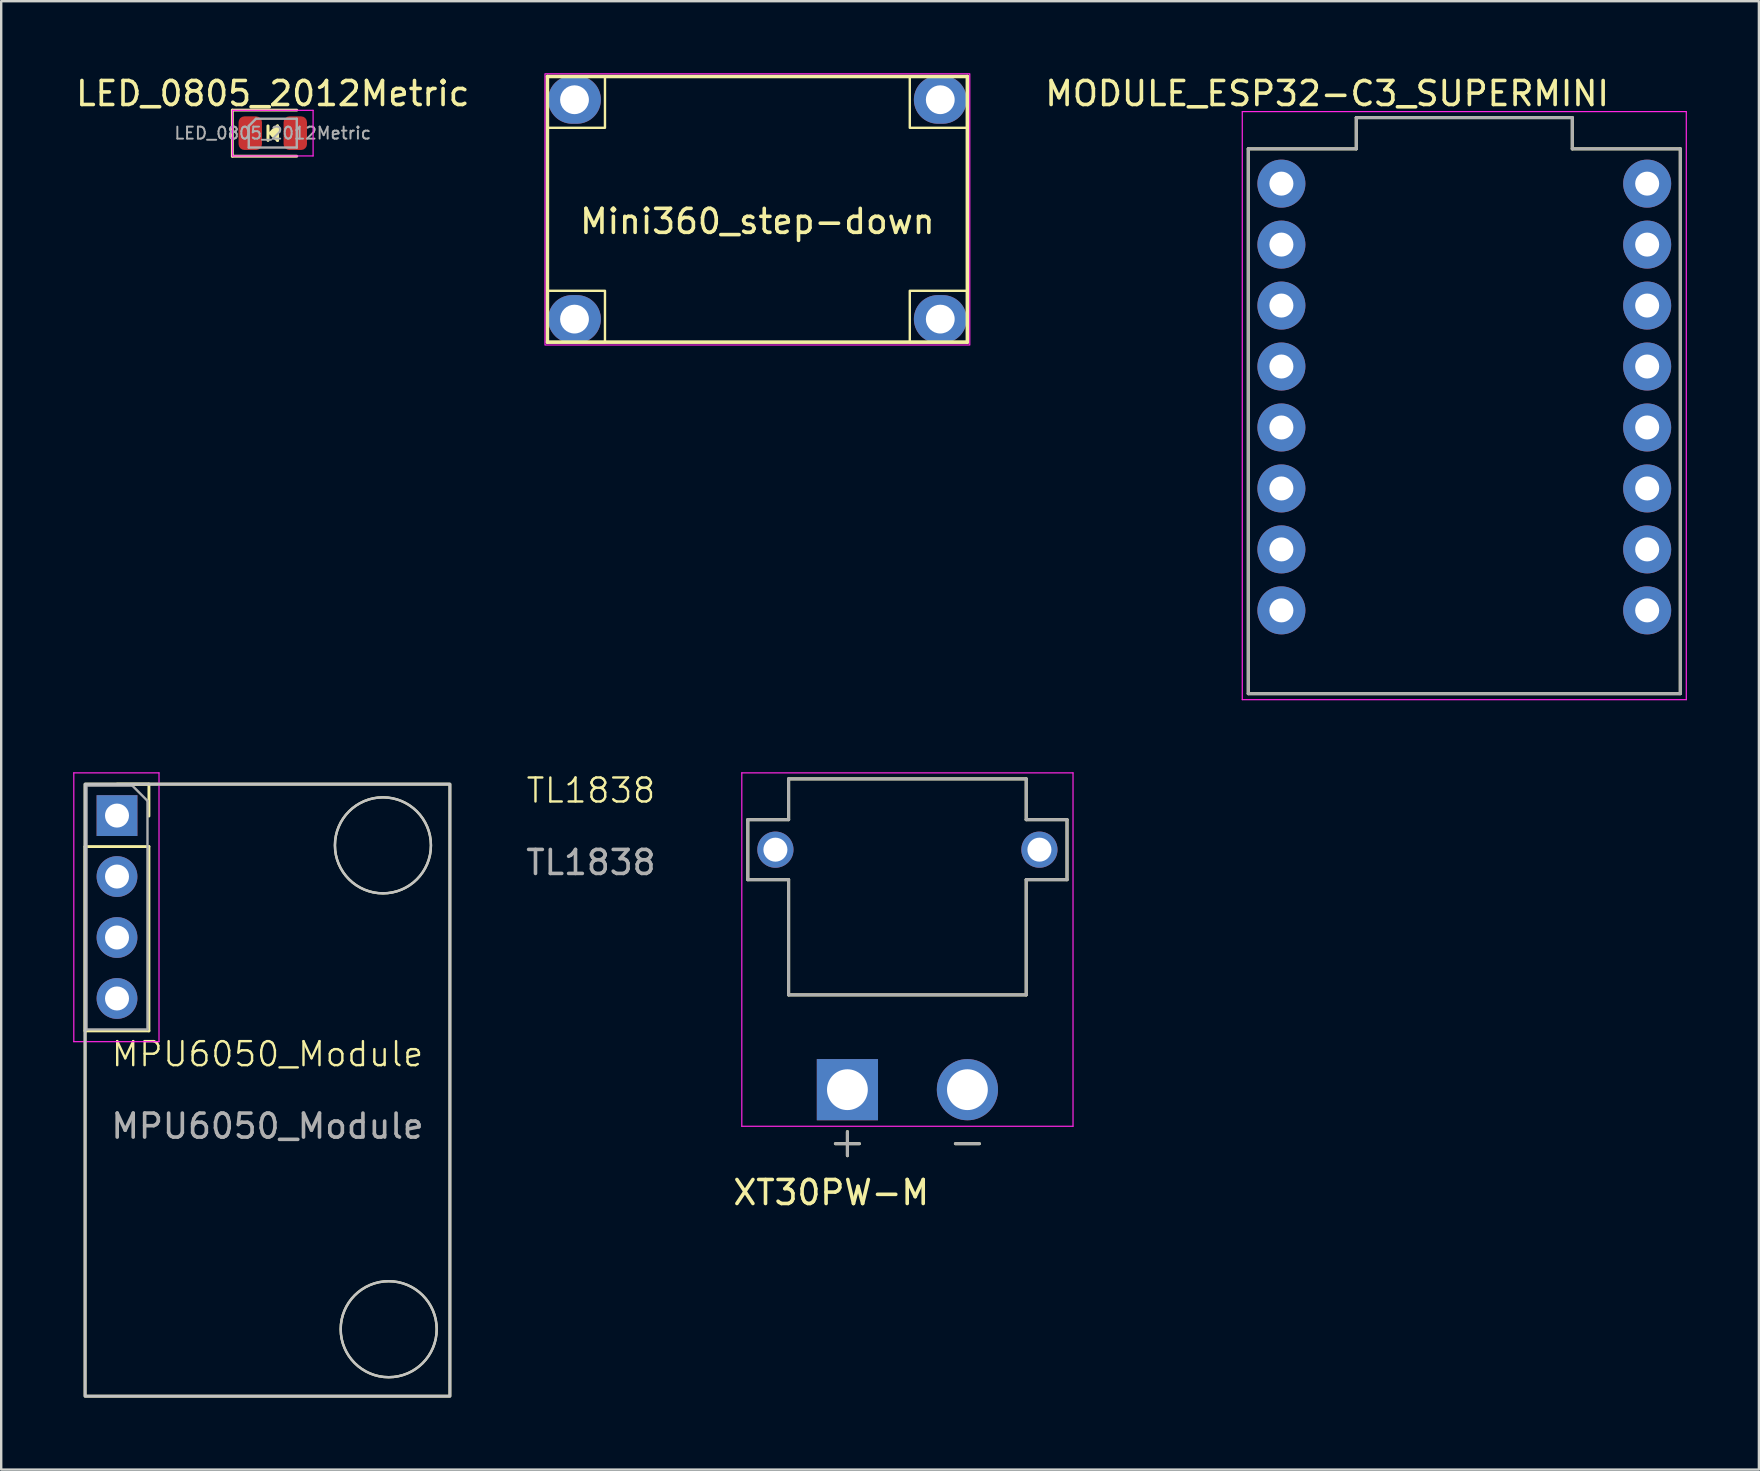
<source format=kicad_pcb>
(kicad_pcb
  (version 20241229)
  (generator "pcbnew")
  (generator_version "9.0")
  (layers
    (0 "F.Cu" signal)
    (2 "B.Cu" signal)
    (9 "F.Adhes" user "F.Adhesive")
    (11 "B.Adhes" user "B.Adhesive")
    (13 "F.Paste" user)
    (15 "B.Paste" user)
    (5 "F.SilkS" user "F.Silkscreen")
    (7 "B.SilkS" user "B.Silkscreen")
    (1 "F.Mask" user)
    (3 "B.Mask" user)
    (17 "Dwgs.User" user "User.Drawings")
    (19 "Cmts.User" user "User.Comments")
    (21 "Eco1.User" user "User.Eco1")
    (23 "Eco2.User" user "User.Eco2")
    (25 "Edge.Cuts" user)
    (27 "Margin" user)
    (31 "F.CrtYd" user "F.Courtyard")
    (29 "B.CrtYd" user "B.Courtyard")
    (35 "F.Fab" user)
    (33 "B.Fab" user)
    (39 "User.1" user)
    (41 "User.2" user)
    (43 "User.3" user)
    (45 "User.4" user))
  (footprint "XT30PW-M"
    (layer "F.Cu")
    (at 34.757 32.351)
    (property "Reference" "XT30PW-M" (at -3.175 14.287 0) (layer "F.SilkS") (effects (font (size 1 1) (thickness 0.15))))
    (attr through_hole)
    (fp_line (start -6.65 -1.25) (end -4.95 -1.25) (stroke (width 0.127) (type solid)) (layer "F.SilkS"))
    (fp_line (start -6.65 1.25) (end -6.65 -1.25) (stroke (width 0.127) (type solid)) (layer "F.SilkS"))
    (fp_line (start -4.95 -2.95) (end 4.95 -2.95) (stroke (width 0.127) (type solid)) (layer "F.SilkS"))
    (fp_line (start -4.95 -1.25) (end -4.95 -2.95) (stroke (width 0.127) (type solid)) (layer "F.SilkS"))
    (fp_line (start -4.95 1.25) (end -6.65 1.25) (stroke (width 0.127) (type solid)) (layer "F.SilkS"))
    (fp_line (start -4.95 6.05) (end -4.95 1.25) (stroke (width 0.127) (type solid)) (layer "F.SilkS"))
    (fp_line (start -3 12.25) (end -2 12.25) (stroke (width 0.127) (type solid)) (layer "F.SilkS"))
    (fp_line (start -2.5 12.75) (end -2.5 11.75) (stroke (width 0.127) (type solid)) (layer "F.SilkS"))
    (fp_line (start 2 12.25) (end 3 12.25) (stroke (width 0.127) (type solid)) (layer "F.SilkS"))
    (fp_line (start 4.95 -2.95) (end 4.95 -1.25) (stroke (width 0.127) (type solid)) (layer "F.SilkS"))
    (fp_line (start 4.95 -1.25) (end 6.65 -1.25) (stroke (width 0.127) (type solid)) (layer "F.SilkS"))
    (fp_line (start 4.95 1.25) (end 4.95 6.05) (stroke (width 0.127) (type solid)) (layer "F.SilkS"))
    (fp_line (start 4.95 6.05) (end -4.95 6.05) (stroke (width 0.127) (type solid)) (layer "F.SilkS"))
    (fp_line (start 6.65 -1.25) (end 6.65 1.25) (stroke (width 0.127) (type solid)) (layer "F.SilkS"))
    (fp_line (start 6.65 1.25) (end 4.95 1.25) (stroke (width 0.127) (type solid)) (layer "F.SilkS"))
    (fp_line (start -6.9 -3.2) (end -6.9 11.525) (stroke (width 0.05) (type solid)) (layer "F.CrtYd"))
    (fp_line (start -6.9 11.525) (end 6.9 11.525) (stroke (width 0.05) (type solid)) (layer "F.CrtYd"))
    (fp_line (start 6.9 -3.2) (end -6.9 -3.2) (stroke (width 0.05) (type solid)) (layer "F.CrtYd"))
    (fp_line (start 6.9 11.525) (end 6.9 -3.2) (stroke (width 0.05) (type solid)) (layer "F.CrtYd"))
    (fp_line (start -6.65 -1.25) (end -4.95 -1.25) (stroke (width 0.127) (type solid)) (layer "F.Fab"))
    (fp_line (start -6.65 1.25) (end -6.65 -1.25) (stroke (width 0.127) (type solid)) (layer "F.Fab"))
    (fp_line (start -4.95 -2.95) (end 4.95 -2.95) (stroke (width 0.127) (type solid)) (layer "F.Fab"))
    (fp_line (start -4.95 -1.25) (end -4.95 -2.95) (stroke (width 0.127) (type solid)) (layer "F.Fab"))
    (fp_line (start -4.95 1.25) (end -6.65 1.25) (stroke (width 0.127) (type solid)) (layer "F.Fab"))
    (fp_line (start -4.95 6.05) (end -4.95 1.25) (stroke (width 0.127) (type solid)) (layer "F.Fab"))
    (fp_line (start -3 12.25) (end -2 12.25) (stroke (width 0.127) (type solid)) (layer "F.Fab"))
    (fp_line (start -2.5 12.75) (end -2.5 11.75) (stroke (width 0.127) (type solid)) (layer "F.Fab"))
    (fp_line (start 2 12.25) (end 3 12.25) (stroke (width 0.127) (type solid)) (layer "F.Fab"))
    (fp_line (start 4.95 -2.95) (end 4.95 -1.25) (stroke (width 0.127) (type solid)) (layer "F.Fab"))
    (fp_line (start 4.95 -1.25) (end 6.65 -1.25) (stroke (width 0.127) (type solid)) (layer "F.Fab"))
    (fp_line (start 4.95 1.25) (end 4.95 6.05) (stroke (width 0.127) (type solid)) (layer "F.Fab"))
    (fp_line (start 4.95 6.05) (end -4.95 6.05) (stroke (width 0.127) (type solid)) (layer "F.Fab"))
    (fp_line (start 6.65 -1.25) (end 6.65 1.25) (stroke (width 0.127) (type solid)) (layer "F.Fab"))
    (fp_line (start 6.65 1.25) (end 4.95 1.25) (stroke (width 0.127) (type solid)) (layer "F.Fab"))
    (pad "N" thru_hole circle (at 2.5 10) (size 2.55 2.55) (drill 1.7) (layers "*.Cu" "*.Mask"))
    (pad "P" thru_hole rect (at -2.5 10) (size 2.55 2.55) (drill 1.7) (layers "*.Cu" "*.Mask"))
    (pad "S1" thru_hole circle (at 5.5 0) (size 1.508 1.508) (drill 1) (layers "*.Cu" "*.Mask"))
    (pad "S2" thru_hole circle (at -5.5 0) (size 1.508 1.508) (drill 1) (layers "*.Cu" "*.Mask")))
  (footprint "LED_0805_2012Metric"
    (layer "F.Cu")
    (at 8.315 2.498)
    (property "Reference" "LED_0805_2012Metric" (at 0 -1.65 0) (layer "F.SilkS") (effects (font (size 1 1) (thickness 0.15))))
    (attr smd)
    (fp_line (start -1.685 -0.96) (end -1.685 0.96) (stroke (width 0.12) (type solid)) (layer "F.SilkS"))
    (fp_line (start -1.685 0.96) (end 1 0.96) (stroke (width 0.12) (type solid)) (layer "F.SilkS"))
    (fp_line (start -0.199 0.3) (end -0.199 -0.3) (stroke (width 0.127) (type solid)) (layer "F.SilkS"))
    (fp_line (start -0.102 0) (end 0.198 0.3) (stroke (width 0.127) (type solid)) (layer "F.SilkS"))
    (fp_line (start 0 -0.099) (end 0 0.099) (stroke (width 0.127) (type solid)) (layer "F.SilkS"))
    (fp_line (start 0.099 0.201) (end 0.099 -0.201) (stroke (width 0.127) (type solid)) (layer "F.SilkS"))
    (fp_line (start 0.198 -0.3) (end -0.102 0) (stroke (width 0.127) (type solid)) (layer "F.SilkS"))
    (fp_line (start 0.198 0.3) (end 0.198 -0.3) (stroke (width 0.127) (type solid)) (layer "F.SilkS"))
    (fp_line (start 1 -0.96) (end -1.685 -0.96) (stroke (width 0.12) (type solid)) (layer "F.SilkS"))
    (fp_line (start -1.68 -0.95) (end 1.68 -0.95) (stroke (width 0.05) (type solid)) (layer "F.CrtYd"))
    (fp_line (start -1.68 0.95) (end -1.68 -0.95) (stroke (width 0.05) (type solid)) (layer "F.CrtYd"))
    (fp_line (start 1.68 -0.95) (end 1.68 0.95) (stroke (width 0.05) (type solid)) (layer "F.CrtYd"))
    (fp_line (start 1.68 0.95) (end -1.68 0.95) (stroke (width 0.05) (type solid)) (layer "F.CrtYd"))
    (fp_line (start -1 -0.3) (end -1 0.6) (stroke (width 0.1) (type solid)) (layer "F.Fab"))
    (fp_line (start -1 0.6) (end 1 0.6) (stroke (width 0.1) (type solid)) (layer "F.Fab"))
    (fp_line (start -0.7 -0.6) (end -1 -0.3) (stroke (width 0.1) (type solid)) (layer "F.Fab"))
    (fp_line (start 1 -0.6) (end -0.7 -0.6) (stroke (width 0.1) (type solid)) (layer "F.Fab"))
    (fp_line (start 1 0.6) (end 1 -0.6) (stroke (width 0.1) (type solid)) (layer "F.Fab"))
    (fp_text user "${REFERENCE}" (at 0 0 0) (layer "F.Fab") (effects (font (size 0.5 0.5) (thickness 0.08))))
    (pad "1" smd roundrect (at -0.938 0) (size 0.975 1.4) (layers "F.Cu" "F.Mask" "F.Paste") (roundrect_rratio 0.25))
    (pad "2" smd roundrect (at 0.938 0) (size 0.975 1.4) (layers "F.Cu" "F.Mask" "F.Paste") (roundrect_rratio 0.25)))
  (footprint "Mini360_step-down"
    (layer "F.Cu")
    (at 28.506 5.675)
    (property "Reference" "Mini360_step-down" (at 0 0.5 0) (layer "F.SilkS") (effects (font (size 1 1) (thickness 0.15))))
    (attr through_hole)
    (fp_line (start -8.75 -5.54) (end -8.75 5.53) (stroke (width 0.15) (type solid)) (layer "F.SilkS"))
    (fp_line (start -8.75 -5.54) (end 8.75 -5.54) (stroke (width 0.15) (type solid)) (layer "F.SilkS"))
    (fp_line (start 8.75 5.53) (end -8.75 5.53) (stroke (width 0.15) (type solid)) (layer "F.SilkS"))
    (fp_line (start 8.75 5.53) (end 8.75 -5.54) (stroke (width 0.15) (type solid)) (layer "F.SilkS"))
    (fp_rect (start -8.75 -5.54) (end -6.35 -3.4) (stroke (width 0.1) (type default)) (fill no) (layer "F.SilkS"))
    (fp_rect (start -8.75 3.39) (end -6.35 5.53) (stroke (width 0.1) (type default)) (fill no) (layer "F.SilkS"))
    (fp_rect (start 6.35 -5.54) (end 8.75 -3.4) (stroke (width 0.1) (type default)) (fill no) (layer "F.SilkS"))
    (fp_rect (start 6.35 3.39) (end 8.75 5.53) (stroke (width 0.1) (type default)) (fill no) (layer "F.SilkS"))
    (fp_rect (start -8.85 -5.65) (end 8.85 5.65) (stroke (width 0.05) (type default)) (fill no) (layer "F.CrtYd"))
    (pad "1" thru_hole oval (at -7.62 -4.57) (size 2.2 2) (drill 1.2) (layers "*.Cu" "*.Mask"))
    (pad "2" thru_hole oval (at -7.62 4.57) (size 2.2 2) (drill 1.2) (layers "*.Cu" "*.Mask"))
    (pad "2" thru_hole oval (at 7.62 4.57) (size 2.2 2) (drill 1.2) (layers "*.Cu" "*.Mask"))
    (pad "3" thru_hole oval (at 7.62 -4.57) (size 2.2 2) (drill 1.2) (layers "*.Cu" "*.Mask")))
  (footprint "MPU6050_Module"
    (layer "F.Cu")
    (at 7.905 40.171)
    (property "Reference" "MPU6050_Module" (at 0.19 0.7 0) (unlocked yes) (layer "F.SilkS") (effects (font (size 1 1) (thickness 0.1))))
    (attr smd)
    (fp_line (start -7.41 -7.95) (end -7.41 -0.27) (stroke (width 0.12) (type solid)) (layer "F.SilkS"))
    (fp_line (start -7.41 -7.95) (end -4.75 -7.95) (stroke (width 0.12) (type solid)) (layer "F.SilkS"))
    (fp_line (start -7.41 -0.27) (end -4.75 -0.27) (stroke (width 0.12) (type solid)) (layer "F.SilkS"))
    (fp_line (start -6.08 -10.55) (end -4.75 -10.55) (stroke (width 0.12) (type solid)) (layer "F.SilkS"))
    (fp_line (start -4.75 -10.55) (end -4.75 -9.22) (stroke (width 0.12) (type solid)) (layer "F.SilkS"))
    (fp_line (start -4.75 -7.95) (end -4.75 -0.27) (stroke (width 0.12) (type solid)) (layer "F.SilkS"))
    (fp_rect (start -7.41 -10.55) (end 7.79 14.95) (stroke (width 0.12) (type solid)) (fill no) (layer "F.SilkS"))
    (fp_circle (center 5 -8) (end 7 -8) (stroke (width 0.1) (type default)) (fill no) (layer "F.SilkS"))
    (fp_circle (center 5.24 12.16) (end 5.24 14.16) (stroke (width 0.1) (type default)) (fill no) (layer "F.SilkS"))
    (fp_rect (start -7.41 -10.55) (end 7.79 14.95) (stroke (width 0.12) (type solid)) (fill no) (layer "Dwgs.User"))
    (fp_circle (center 5 -8) (end 7 -8) (stroke (width 0.1) (type default)) (fill no) (layer "Dwgs.User"))
    (fp_circle (center 5.24 12.16) (end 5.24 14.16) (stroke (width 0.1) (type default)) (fill no) (layer "Dwgs.User"))
    (fp_line (start -7.88 -11.02) (end -4.33 -11.02) (stroke (width 0.05) (type solid)) (layer "F.CrtYd"))
    (fp_line (start -7.88 0.18) (end -7.88 -11.02) (stroke (width 0.05) (type solid)) (layer "F.CrtYd"))
    (fp_line (start -4.33 -11.02) (end -4.33 0.18) (stroke (width 0.05) (type solid)) (layer "F.CrtYd"))
    (fp_line (start -4.33 0.18) (end -7.88 0.18) (stroke (width 0.05) (type solid)) (layer "F.CrtYd"))
    (fp_line (start -7.35 -10.49) (end -5.445 -10.49) (stroke (width 0.1) (type solid)) (layer "F.Fab"))
    (fp_line (start -7.35 -0.33) (end -7.35 -10.49) (stroke (width 0.1) (type solid)) (layer "F.Fab"))
    (fp_line (start -5.445 -10.49) (end -4.81 -9.855) (stroke (width 0.1) (type solid)) (layer "F.Fab"))
    (fp_line (start -4.81 -9.855) (end -4.81 -0.33) (stroke (width 0.1) (type solid)) (layer "F.Fab"))
    (fp_line (start -4.81 -0.33) (end -7.35 -0.33) (stroke (width 0.1) (type solid)) (layer "F.Fab"))
    (fp_text user "${REFERENCE}" (at 0.19 3.7 0) (unlocked yes) (layer "F.Fab") (effects (font (size 1 1) (thickness 0.15))))
    (pad "1" thru_hole rect (at -6.08 -9.24) (size 1.7 1.7) (drill 1) (layers "*.Cu" "*.Mask"))
    (pad "2" thru_hole circle (at -6.08 -6.7) (size 1.7 1.7) (drill 1) (layers "*.Cu" "*.Mask"))
    (pad "3" thru_hole circle (at -6.08 -4.16) (size 1.7 1.7) (drill 1) (layers "*.Cu" "*.Mask"))
    (pad "4" thru_hole circle (at -6.08 -1.62) (size 1.7 1.7) (drill 1) (layers "*.Cu" "*.Mask")))
  (footprint "TL1838"
    (layer "F.Cu")
    (at 21.57 30.386)
    (property "Reference" "TL1838" (at 0 -0.5 0) (unlocked yes) (layer "F.SilkS") (effects (font (size 1 1) (thickness 0.1))))
    (attr board_only exclude_from_pos_files exclude_from_bom)
    (fp_text user "${REFERENCE}" (at 0 2.5 0) (unlocked yes) (layer "F.Fab") (effects (font (size 1 1) (thickness 0.15)))))
  (footprint "MODULE_ESP32-C3_SUPERMINI"
    (layer "F.Cu")
    (at 57.959 14.501)
    (property "Reference" "MODULE_ESP32-C3_SUPERMINI" (at -5.715 -13.652 0) (layer "F.SilkS") (effects (font (size 1 1) (thickness 0.15))))
    (attr through_hole)
    (fp_line (start -9 11.35) (end -9 -11.35) (stroke (width 0.127) (type solid)) (layer "F.SilkS"))
    (fp_line (start -4.5 -12.65) (end -4.5 -11.35) (stroke (width 0.127) (type solid)) (layer "F.SilkS"))
    (fp_line (start -4.5 -11.35) (end -9 -11.35) (stroke (width 0.127) (type solid)) (layer "F.SilkS"))
    (fp_line (start 4.5 -12.65) (end -4.5 -12.65) (stroke (width 0.127) (type solid)) (layer "F.SilkS"))
    (fp_line (start 4.5 -12.65) (end 4.5 -11.35) (stroke (width 0.127) (type solid)) (layer "F.SilkS"))
    (fp_line (start 9 -11.35) (end 4.5 -11.35) (stroke (width 0.127) (type solid)) (layer "F.SilkS"))
    (fp_line (start 9 11.35) (end -9 11.35) (stroke (width 0.127) (type solid)) (layer "F.SilkS"))
    (fp_line (start 9 11.35) (end 9 -11.35) (stroke (width 0.127) (type solid)) (layer "F.SilkS"))
    (fp_line (start -9.25 -12.9) (end 9.25 -12.9) (stroke (width 0.05) (type solid)) (layer "F.CrtYd"))
    (fp_line (start -9.25 11.6) (end -9.25 -12.9) (stroke (width 0.05) (type solid)) (layer "F.CrtYd"))
    (fp_line (start 9.25 -12.9) (end 9.25 11.6) (stroke (width 0.05) (type solid)) (layer "F.CrtYd"))
    (fp_line (start 9.25 11.6) (end -9.25 11.6) (stroke (width 0.05) (type solid)) (layer "F.CrtYd"))
    (fp_line (start -9 11.35) (end -9 -11.35) (stroke (width 0.127) (type solid)) (layer "F.Fab"))
    (fp_line (start -4.5 -12.65) (end -4.5 -11.35) (stroke (width 0.127) (type solid)) (layer "F.Fab"))
    (fp_line (start -4.5 -11.35) (end -9 -11.35) (stroke (width 0.127) (type solid)) (layer "F.Fab"))
    (fp_line (start 4.5 -12.65) (end -4.5 -12.65) (stroke (width 0.127) (type solid)) (layer "F.Fab"))
    (fp_line (start 4.5 -12.65) (end 4.5 -11.35) (stroke (width 0.127) (type solid)) (layer "F.Fab"))
    (fp_line (start 9 -11.35) (end 4.5 -11.35) (stroke (width 0.127) (type solid)) (layer "F.Fab"))
    (fp_line (start 9 11.35) (end -9 11.35) (stroke (width 0.127) (type solid)) (layer "F.Fab"))
    (fp_line (start 9 11.35) (end 9 -11.35) (stroke (width 0.127) (type solid)) (layer "F.Fab"))
    (pad "0" thru_hole circle (at 7.62 7.88) (size 2 2) (drill 1) (layers "*.Cu" "*.Mask"))
    (pad "1" thru_hole circle (at 7.62 5.34) (size 2 2) (drill 1) (layers "*.Cu" "*.Mask"))
    (pad "2" thru_hole circle (at 7.62 2.8) (size 2 2) (drill 1) (layers "*.Cu" "*.Mask"))
    (pad "3" thru_hole circle (at 7.62 0.26) (size 2 2) (drill 1) (layers "*.Cu" "*.Mask"))
    (pad "3.3" thru_hole circle (at 7.62 -4.82) (size 2 2) (drill 1) (layers "*.Cu" "*.Mask"))
    (pad "4" thru_hole circle (at 7.62 -2.28) (size 2 2) (drill 1) (layers "*.Cu" "*.Mask"))
    (pad "5" thru_hole circle (at -7.62 -9.9) (size 2 2) (drill 1) (layers "*.Cu" "*.Mask"))
    (pad "5V" thru_hole circle (at 7.62 -9.9) (size 2 2) (drill 1) (layers "*.Cu" "*.Mask"))
    (pad "6" thru_hole circle (at -7.62 -7.36) (size 2 2) (drill 1) (layers "*.Cu" "*.Mask"))
    (pad "7" thru_hole circle (at -7.62 -4.82) (size 2 2) (drill 1) (layers "*.Cu" "*.Mask"))
    (pad "8" thru_hole circle (at -7.62 -2.28) (size 2 2) (drill 1) (layers "*.Cu" "*.Mask"))
    (pad "9" thru_hole circle (at -7.62 0.26) (size 2 2) (drill 1) (layers "*.Cu" "*.Mask"))
    (pad "10" thru_hole circle (at -7.62 2.8) (size 2 2) (drill 1) (layers "*.Cu" "*.Mask"))
    (pad "20" thru_hole circle (at -7.62 5.34) (size 2 2) (drill 1) (layers "*.Cu" "*.Mask"))
    (pad "21" thru_hole circle (at -7.62 7.88) (size 2 2) (drill 1) (layers "*.Cu" "*.Mask"))
    (pad "G" thru_hole circle (at 7.62 -7.36) (size 2 2) (drill 1) (layers "*.Cu" "*.Mask")))
  (gr_rect
    (start -3 -3)
    (end 70.234 58.181)
    (stroke (width 0.1) (type default))
    (fill no)
    (layer "Edge.Cuts")))
</source>
